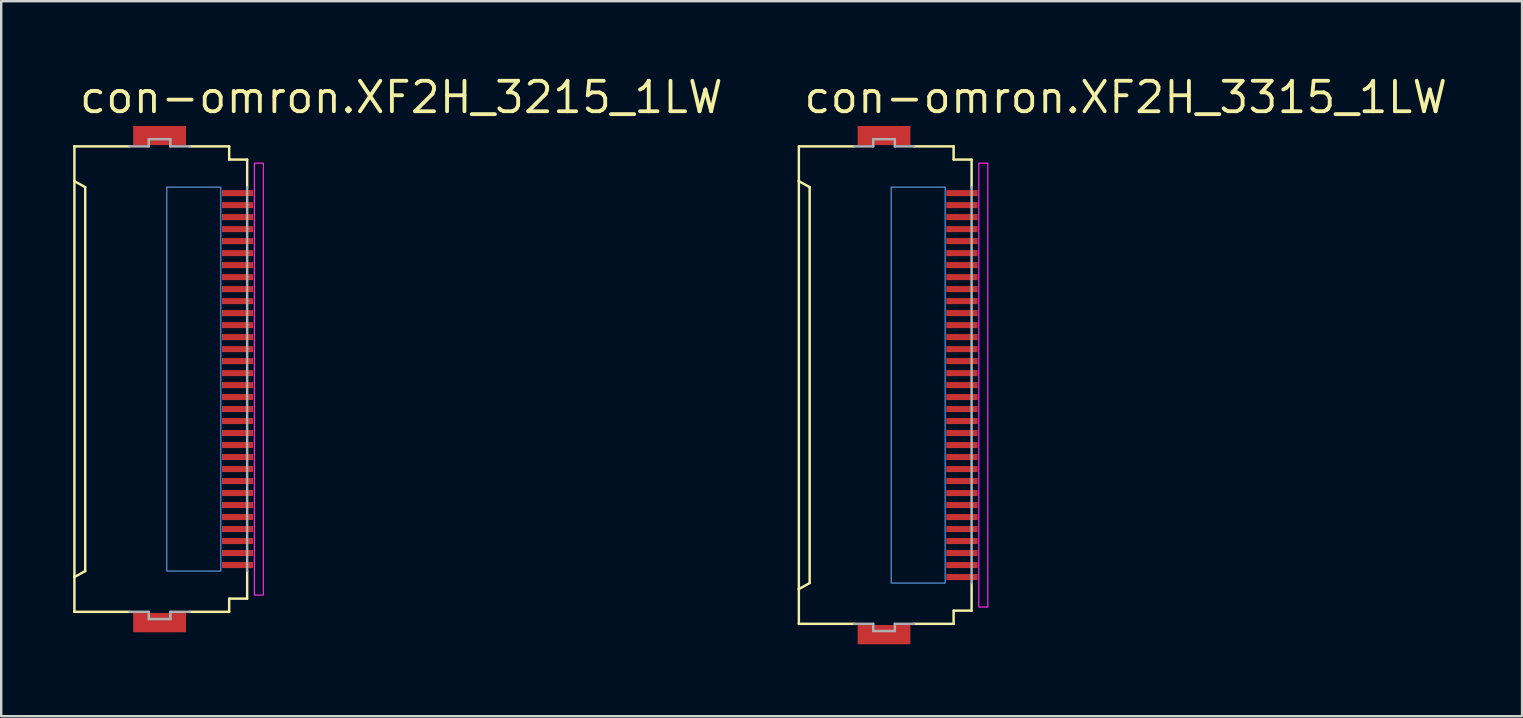
<source format=kicad_pcb>
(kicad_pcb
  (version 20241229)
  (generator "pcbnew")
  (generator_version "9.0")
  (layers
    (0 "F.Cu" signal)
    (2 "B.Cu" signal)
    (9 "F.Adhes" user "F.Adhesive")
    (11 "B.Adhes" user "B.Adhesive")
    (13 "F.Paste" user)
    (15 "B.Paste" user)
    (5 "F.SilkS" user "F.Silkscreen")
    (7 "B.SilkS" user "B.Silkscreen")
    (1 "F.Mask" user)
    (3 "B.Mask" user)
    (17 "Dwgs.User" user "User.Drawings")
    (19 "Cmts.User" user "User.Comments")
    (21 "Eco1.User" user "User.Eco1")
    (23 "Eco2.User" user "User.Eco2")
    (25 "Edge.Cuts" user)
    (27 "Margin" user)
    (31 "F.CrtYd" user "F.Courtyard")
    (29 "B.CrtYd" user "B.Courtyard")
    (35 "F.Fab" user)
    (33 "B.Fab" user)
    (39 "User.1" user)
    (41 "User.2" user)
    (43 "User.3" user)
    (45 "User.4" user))
  (footprint "con-omron.XF2H_3215_1LW"
    (layer "F.Cu")
    (at 3.676 12.75)
    (property "Reference" "con-omron.XF2H_3215_1LW" (at -3.5 -11 0) (layer "F.SilkS") (effects (font (size 1.27 1.27) (thickness 0.16)) (justify left bottom)))
    (attr smd)
    (fp_rect (start 2.475 -7.575) (end 3.875 -7.925) (stroke (width 0.05) (type default)) (fill yes) (layer "F.Mask"))
    (fp_rect (start 2.475 -7.075) (end 3.875 -7.425) (stroke (width 0.05) (type default)) (fill yes) (layer "F.Mask"))
    (fp_rect (start 2.475 -6.575) (end 3.875 -6.925) (stroke (width 0.05) (type default)) (fill yes) (layer "F.Mask"))
    (fp_rect (start 2.475 -6.075) (end 3.875 -6.425) (stroke (width 0.05) (type default)) (fill yes) (layer "F.Mask"))
    (fp_rect (start 2.475 -5.575) (end 3.875 -5.925) (stroke (width 0.05) (type default)) (fill yes) (layer "F.Mask"))
    (fp_rect (start 2.475 -5.075) (end 3.875 -5.425) (stroke (width 0.05) (type default)) (fill yes) (layer "F.Mask"))
    (fp_rect (start 2.475 -4.575) (end 3.875 -4.925) (stroke (width 0.05) (type default)) (fill yes) (layer "F.Mask"))
    (fp_rect (start 2.475 -4.075) (end 3.875 -4.425) (stroke (width 0.05) (type default)) (fill yes) (layer "F.Mask"))
    (fp_rect (start 2.475 -3.575) (end 3.875 -3.925) (stroke (width 0.05) (type default)) (fill yes) (layer "F.Mask"))
    (fp_rect (start 2.475 -3.075) (end 3.875 -3.425) (stroke (width 0.05) (type default)) (fill yes) (layer "F.Mask"))
    (fp_rect (start 2.475 -2.575) (end 3.875 -2.925) (stroke (width 0.05) (type default)) (fill yes) (layer "F.Mask"))
    (fp_rect (start 2.475 -2.075) (end 3.875 -2.425) (stroke (width 0.05) (type default)) (fill yes) (layer "F.Mask"))
    (fp_rect (start 2.475 -1.575) (end 3.875 -1.925) (stroke (width 0.05) (type default)) (fill yes) (layer "F.Mask"))
    (fp_rect (start 2.475 -1.075) (end 3.875 -1.425) (stroke (width 0.05) (type default)) (fill yes) (layer "F.Mask"))
    (fp_rect (start 2.475 -0.575) (end 3.875 -0.925) (stroke (width 0.05) (type default)) (fill yes) (layer "F.Mask"))
    (fp_rect (start 2.475 -0.075) (end 3.875 -0.425) (stroke (width 0.05) (type default)) (fill yes) (layer "F.Mask"))
    (fp_rect (start 2.475 0.425) (end 3.875 0.075) (stroke (width 0.05) (type default)) (fill yes) (layer "F.Mask"))
    (fp_rect (start 2.475 0.925) (end 3.875 0.575) (stroke (width 0.05) (type default)) (fill yes) (layer "F.Mask"))
    (fp_rect (start 2.475 1.425) (end 3.875 1.075) (stroke (width 0.05) (type default)) (fill yes) (layer "F.Mask"))
    (fp_rect (start 2.475 1.925) (end 3.875 1.575) (stroke (width 0.05) (type default)) (fill yes) (layer "F.Mask"))
    (fp_rect (start 2.475 2.425) (end 3.875 2.075) (stroke (width 0.05) (type default)) (fill yes) (layer "F.Mask"))
    (fp_rect (start 2.475 2.925) (end 3.875 2.575) (stroke (width 0.05) (type default)) (fill yes) (layer "F.Mask"))
    (fp_rect (start 2.475 3.425) (end 3.875 3.075) (stroke (width 0.05) (type default)) (fill yes) (layer "F.Mask"))
    (fp_rect (start 2.475 3.925) (end 3.875 3.575) (stroke (width 0.05) (type default)) (fill yes) (layer "F.Mask"))
    (fp_rect (start 2.475 4.425) (end 3.875 4.075) (stroke (width 0.05) (type default)) (fill yes) (layer "F.Mask"))
    (fp_rect (start 2.475 4.925) (end 3.875 4.575) (stroke (width 0.05) (type default)) (fill yes) (layer "F.Mask"))
    (fp_rect (start 2.475 5.425) (end 3.875 5.075) (stroke (width 0.05) (type default)) (fill yes) (layer "F.Mask"))
    (fp_rect (start 2.475 5.925) (end 3.875 5.575) (stroke (width 0.05) (type default)) (fill yes) (layer "F.Mask"))
    (fp_rect (start 2.475 6.425) (end 3.875 6.075) (stroke (width 0.05) (type default)) (fill yes) (layer "F.Mask"))
    (fp_rect (start 2.475 6.925) (end 3.875 6.575) (stroke (width 0.05) (type default)) (fill yes) (layer "F.Mask"))
    (fp_rect (start 2.475 7.425) (end 3.875 7.075) (stroke (width 0.05) (type default)) (fill yes) (layer "F.Mask"))
    (fp_rect (start 2.475 7.925) (end 3.875 7.575) (stroke (width 0.05) (type default)) (fill yes) (layer "F.Mask"))
    (fp_line (start -3.625 -9.7) (end -1.325 -9.7) (stroke (width 0.102) (type default)) (layer "F.SilkS"))
    (fp_line (start -3.625 -8.25) (end -3.625 -9.7) (stroke (width 0.102) (type default)) (layer "F.SilkS"))
    (fp_line (start -3.625 -8.25) (end -3.625 8.25) (stroke (width 0.102) (type default)) (layer "F.SilkS"))
    (fp_line (start -3.625 8.25) (end -3.175 8) (stroke (width 0.102) (type default)) (layer "F.SilkS"))
    (fp_line (start -3.625 9.7) (end -3.625 8.25) (stroke (width 0.102) (type default)) (layer "F.SilkS"))
    (fp_line (start -3.175 -8) (end -3.625 -8.25) (stroke (width 0.102) (type default)) (layer "F.SilkS"))
    (fp_line (start -3.175 8) (end -3.175 -8) (stroke (width 0.102) (type default)) (layer "F.SilkS"))
    (fp_line (start -1.325 9.7) (end -3.625 9.7) (stroke (width 0.102) (type default)) (layer "F.SilkS"))
    (fp_line (start 1.175 -9.7) (end 2.825 -9.7) (stroke (width 0.102) (type default)) (layer "F.SilkS"))
    (fp_line (start 1.175 9.7) (end 2.825 9.7) (stroke (width 0.102) (type default)) (layer "F.SilkS"))
    (fp_line (start 2.825 -9.7) (end 2.825 -9.15) (stroke (width 0.102) (type default)) (layer "F.SilkS"))
    (fp_line (start 2.825 -9.15) (end 3.575 -9.15) (stroke (width 0.102) (type default)) (layer "F.SilkS"))
    (fp_line (start 2.825 9.15) (end 2.825 9.7) (stroke (width 0.102) (type default)) (layer "F.SilkS"))
    (fp_line (start 2.825 9.15) (end 3.575 9.15) (stroke (width 0.102) (type default)) (layer "F.SilkS"))
    (fp_line (start 3.575 -9.15) (end 3.575 -8) (stroke (width 0.102) (type default)) (layer "F.SilkS"))
    (fp_line (start 3.575 8) (end 3.575 9.15) (stroke (width 0.102) (type default)) (layer "F.SilkS"))
    (fp_rect (start 0.225 8) (end 2.475 -8) (stroke (width 0.05) (type default)) (fill no) (layer "Cmts.User"))
    (fp_rect (start 3.875 9) (end 4.25 -9) (stroke (width 0.05) (type default)) (fill no) (layer "F.CrtYd"))
    (fp_line (start -1.325 -9.7) (end -0.525 -9.7) (stroke (width 0.102) (type default)) (layer "F.Fab"))
    (fp_line (start -0.525 -10) (end 0.375 -10) (stroke (width 0.102) (type default)) (layer "F.Fab"))
    (fp_line (start -0.525 -9.7) (end -0.525 -10) (stroke (width 0.102) (type default)) (layer "F.Fab"))
    (fp_line (start -0.525 9.7) (end -1.325 9.7) (stroke (width 0.102) (type default)) (layer "F.Fab"))
    (fp_line (start -0.525 10) (end -0.525 9.7) (stroke (width 0.102) (type default)) (layer "F.Fab"))
    (fp_line (start 0.375 -10) (end 0.375 -9.7) (stroke (width 0.102) (type default)) (layer "F.Fab"))
    (fp_line (start 0.375 -9.7) (end 1.175 -9.7) (stroke (width 0.102) (type default)) (layer "F.Fab"))
    (fp_line (start 0.375 9.7) (end 0.375 10) (stroke (width 0.102) (type default)) (layer "F.Fab"))
    (fp_line (start 0.375 10) (end -0.525 10) (stroke (width 0.102) (type default)) (layer "F.Fab"))
    (fp_line (start 1.175 9.7) (end 0.375 9.7) (stroke (width 0.102) (type default)) (layer "F.Fab"))
    (fp_line (start 3.575 -8) (end 3.575 8) (stroke (width 0.102) (type default)) (layer "F.Fab"))
    (pad "1" smd roundrect (at 3.175 -7.75) (size 1.3 0.25) (layers "F.Cu" "F.Mask" "F.Paste") (roundrect_rratio 0.01))
    (pad "2" smd roundrect (at 3.175 -7.25) (size 1.3 0.25) (layers "F.Cu" "F.Mask" "F.Paste") (roundrect_rratio 0.01))
    (pad "3" smd roundrect (at 3.175 -6.75) (size 1.3 0.25) (layers "F.Cu" "F.Mask" "F.Paste") (roundrect_rratio 0.01))
    (pad "4" smd roundrect (at 3.175 -6.25) (size 1.3 0.25) (layers "F.Cu" "F.Mask" "F.Paste") (roundrect_rratio 0.01))
    (pad "5" smd roundrect (at 3.175 -5.75) (size 1.3 0.25) (layers "F.Cu" "F.Mask" "F.Paste") (roundrect_rratio 0.01))
    (pad "6" smd roundrect (at 3.175 -5.25) (size 1.3 0.25) (layers "F.Cu" "F.Mask" "F.Paste") (roundrect_rratio 0.01))
    (pad "7" smd roundrect (at 3.175 -4.75) (size 1.3 0.25) (layers "F.Cu" "F.Mask" "F.Paste") (roundrect_rratio 0.01))
    (pad "8" smd roundrect (at 3.175 -4.25) (size 1.3 0.25) (layers "F.Cu" "F.Mask" "F.Paste") (roundrect_rratio 0.01))
    (pad "9" smd roundrect (at 3.175 -3.75) (size 1.3 0.25) (layers "F.Cu" "F.Mask" "F.Paste") (roundrect_rratio 0.01))
    (pad "10" smd roundrect (at 3.175 -3.25) (size 1.3 0.25) (layers "F.Cu" "F.Mask" "F.Paste") (roundrect_rratio 0.01))
    (pad "11" smd roundrect (at 3.175 -2.75) (size 1.3 0.25) (layers "F.Cu" "F.Mask" "F.Paste") (roundrect_rratio 0.01))
    (pad "12" smd roundrect (at 3.175 -2.25) (size 1.3 0.25) (layers "F.Cu" "F.Mask" "F.Paste") (roundrect_rratio 0.01))
    (pad "13" smd roundrect (at 3.175 -1.75) (size 1.3 0.25) (layers "F.Cu" "F.Mask" "F.Paste") (roundrect_rratio 0.01))
    (pad "14" smd roundrect (at 3.175 -1.25) (size 1.3 0.25) (layers "F.Cu" "F.Mask" "F.Paste") (roundrect_rratio 0.01))
    (pad "15" smd roundrect (at 3.175 -0.75) (size 1.3 0.25) (layers "F.Cu" "F.Mask" "F.Paste") (roundrect_rratio 0.01))
    (pad "16" smd roundrect (at 3.175 -0.25) (size 1.3 0.25) (layers "F.Cu" "F.Mask" "F.Paste") (roundrect_rratio 0.01))
    (pad "17" smd roundrect (at 3.175 0.25) (size 1.3 0.25) (layers "F.Cu" "F.Mask" "F.Paste") (roundrect_rratio 0.01))
    (pad "18" smd roundrect (at 3.175 0.75) (size 1.3 0.25) (layers "F.Cu" "F.Mask" "F.Paste") (roundrect_rratio 0.01))
    (pad "19" smd roundrect (at 3.175 1.25) (size 1.3 0.25) (layers "F.Cu" "F.Mask" "F.Paste") (roundrect_rratio 0.01))
    (pad "20" smd roundrect (at 3.175 1.75) (size 1.3 0.25) (layers "F.Cu" "F.Mask" "F.Paste") (roundrect_rratio 0.01))
    (pad "21" smd roundrect (at 3.175 2.25) (size 1.3 0.25) (layers "F.Cu" "F.Mask" "F.Paste") (roundrect_rratio 0.01))
    (pad "22" smd roundrect (at 3.175 2.75) (size 1.3 0.25) (layers "F.Cu" "F.Mask" "F.Paste") (roundrect_rratio 0.01))
    (pad "23" smd roundrect (at 3.175 3.25) (size 1.3 0.25) (layers "F.Cu" "F.Mask" "F.Paste") (roundrect_rratio 0.01))
    (pad "24" smd roundrect (at 3.175 3.75) (size 1.3 0.25) (layers "F.Cu" "F.Mask" "F.Paste") (roundrect_rratio 0.01))
    (pad "25" smd roundrect (at 3.175 4.25) (size 1.3 0.25) (layers "F.Cu" "F.Mask" "F.Paste") (roundrect_rratio 0.01))
    (pad "26" smd roundrect (at 3.175 4.75) (size 1.3 0.25) (layers "F.Cu" "F.Mask" "F.Paste") (roundrect_rratio 0.01))
    (pad "27" smd roundrect (at 3.175 5.25) (size 1.3 0.25) (layers "F.Cu" "F.Mask" "F.Paste") (roundrect_rratio 0.01))
    (pad "28" smd roundrect (at 3.175 5.75) (size 1.3 0.25) (layers "F.Cu" "F.Mask" "F.Paste") (roundrect_rratio 0.01))
    (pad "29" smd roundrect (at 3.175 6.25) (size 1.3 0.25) (layers "F.Cu" "F.Mask" "F.Paste") (roundrect_rratio 0.01))
    (pad "30" smd roundrect (at 3.175 6.75) (size 1.3 0.25) (layers "F.Cu" "F.Mask" "F.Paste") (roundrect_rratio 0.01))
    (pad "31" smd roundrect (at 3.175 7.25) (size 1.3 0.25) (layers "F.Cu" "F.Mask" "F.Paste") (roundrect_rratio 0.01))
    (pad "32" smd roundrect (at 3.175 7.75) (size 1.3 0.25) (layers "F.Cu" "F.Mask" "F.Paste") (roundrect_rratio 0.01))
    (pad "M1" smd roundrect (at -0.075 -10.15) (size 2.2 0.8) (layers "F.Cu" "F.Mask" "F.Paste") (roundrect_rratio 0.01))
    (pad "M2" smd roundrect (at -0.075 10.15) (size 2.2 0.8) (layers "F.Cu" "F.Mask" "F.Paste") (roundrect_rratio 0.01)))
  (footprint "con-omron.XF2H_3315_1LW"
    (layer "F.Cu")
    (at 33.869 13)
    (property "Reference" "con-omron.XF2H_3315_1LW" (at -3.5 -11.25 0) (layer "F.SilkS") (effects (font (size 1.27 1.27) (thickness 0.16)) (justify left bottom)))
    (attr smd)
    (fp_rect (start 2.475 -7.825) (end 3.875 -8.175) (stroke (width 0.05) (type default)) (fill yes) (layer "F.Mask"))
    (fp_rect (start 2.475 -7.325) (end 3.875 -7.675) (stroke (width 0.05) (type default)) (fill yes) (layer "F.Mask"))
    (fp_rect (start 2.475 -6.825) (end 3.875 -7.175) (stroke (width 0.05) (type default)) (fill yes) (layer "F.Mask"))
    (fp_rect (start 2.475 -6.325) (end 3.875 -6.675) (stroke (width 0.05) (type default)) (fill yes) (layer "F.Mask"))
    (fp_rect (start 2.475 -5.825) (end 3.875 -6.175) (stroke (width 0.05) (type default)) (fill yes) (layer "F.Mask"))
    (fp_rect (start 2.475 -5.325) (end 3.875 -5.675) (stroke (width 0.05) (type default)) (fill yes) (layer "F.Mask"))
    (fp_rect (start 2.475 -4.825) (end 3.875 -5.175) (stroke (width 0.05) (type default)) (fill yes) (layer "F.Mask"))
    (fp_rect (start 2.475 -4.325) (end 3.875 -4.675) (stroke (width 0.05) (type default)) (fill yes) (layer "F.Mask"))
    (fp_rect (start 2.475 -3.825) (end 3.875 -4.175) (stroke (width 0.05) (type default)) (fill yes) (layer "F.Mask"))
    (fp_rect (start 2.475 -3.325) (end 3.875 -3.675) (stroke (width 0.05) (type default)) (fill yes) (layer "F.Mask"))
    (fp_rect (start 2.475 -2.825) (end 3.875 -3.175) (stroke (width 0.05) (type default)) (fill yes) (layer "F.Mask"))
    (fp_rect (start 2.475 -2.325) (end 3.875 -2.675) (stroke (width 0.05) (type default)) (fill yes) (layer "F.Mask"))
    (fp_rect (start 2.475 -1.825) (end 3.875 -2.175) (stroke (width 0.05) (type default)) (fill yes) (layer "F.Mask"))
    (fp_rect (start 2.475 -1.325) (end 3.875 -1.675) (stroke (width 0.05) (type default)) (fill yes) (layer "F.Mask"))
    (fp_rect (start 2.475 -0.825) (end 3.875 -1.175) (stroke (width 0.05) (type default)) (fill yes) (layer "F.Mask"))
    (fp_rect (start 2.475 -0.325) (end 3.875 -0.675) (stroke (width 0.05) (type default)) (fill yes) (layer "F.Mask"))
    (fp_rect (start 2.475 0.175) (end 3.875 -0.175) (stroke (width 0.05) (type default)) (fill yes) (layer "F.Mask"))
    (fp_rect (start 2.475 0.675) (end 3.875 0.325) (stroke (width 0.05) (type default)) (fill yes) (layer "F.Mask"))
    (fp_rect (start 2.475 1.175) (end 3.875 0.825) (stroke (width 0.05) (type default)) (fill yes) (layer "F.Mask"))
    (fp_rect (start 2.475 1.675) (end 3.875 1.325) (stroke (width 0.05) (type default)) (fill yes) (layer "F.Mask"))
    (fp_rect (start 2.475 2.175) (end 3.875 1.825) (stroke (width 0.05) (type default)) (fill yes) (layer "F.Mask"))
    (fp_rect (start 2.475 2.675) (end 3.875 2.325) (stroke (width 0.05) (type default)) (fill yes) (layer "F.Mask"))
    (fp_rect (start 2.475 3.175) (end 3.875 2.825) (stroke (width 0.05) (type default)) (fill yes) (layer "F.Mask"))
    (fp_rect (start 2.475 3.675) (end 3.875 3.325) (stroke (width 0.05) (type default)) (fill yes) (layer "F.Mask"))
    (fp_rect (start 2.475 4.175) (end 3.875 3.825) (stroke (width 0.05) (type default)) (fill yes) (layer "F.Mask"))
    (fp_rect (start 2.475 4.675) (end 3.875 4.325) (stroke (width 0.05) (type default)) (fill yes) (layer "F.Mask"))
    (fp_rect (start 2.475 5.175) (end 3.875 4.825) (stroke (width 0.05) (type default)) (fill yes) (layer "F.Mask"))
    (fp_rect (start 2.475 5.675) (end 3.875 5.325) (stroke (width 0.05) (type default)) (fill yes) (layer "F.Mask"))
    (fp_rect (start 2.475 6.175) (end 3.875 5.825) (stroke (width 0.05) (type default)) (fill yes) (layer "F.Mask"))
    (fp_rect (start 2.475 6.675) (end 3.875 6.325) (stroke (width 0.05) (type default)) (fill yes) (layer "F.Mask"))
    (fp_rect (start 2.475 7.175) (end 3.875 6.825) (stroke (width 0.05) (type default)) (fill yes) (layer "F.Mask"))
    (fp_rect (start 2.475 7.675) (end 3.875 7.325) (stroke (width 0.05) (type default)) (fill yes) (layer "F.Mask"))
    (fp_rect (start 2.475 8.175) (end 3.875 7.825) (stroke (width 0.05) (type default)) (fill yes) (layer "F.Mask"))
    (fp_line (start -3.625 -9.95) (end -1.325 -9.95) (stroke (width 0.102) (type default)) (layer "F.SilkS"))
    (fp_line (start -3.625 -8.5) (end -3.625 -9.95) (stroke (width 0.102) (type default)) (layer "F.SilkS"))
    (fp_line (start -3.625 -8.5) (end -3.625 8.5) (stroke (width 0.102) (type default)) (layer "F.SilkS"))
    (fp_line (start -3.625 8.5) (end -3.175 8.25) (stroke (width 0.102) (type default)) (layer "F.SilkS"))
    (fp_line (start -3.625 9.95) (end -3.625 8.5) (stroke (width 0.102) (type default)) (layer "F.SilkS"))
    (fp_line (start -3.175 -8.25) (end -3.625 -8.5) (stroke (width 0.102) (type default)) (layer "F.SilkS"))
    (fp_line (start -3.175 8.25) (end -3.175 -8.25) (stroke (width 0.102) (type default)) (layer "F.SilkS"))
    (fp_line (start -1.325 9.95) (end -3.625 9.95) (stroke (width 0.102) (type default)) (layer "F.SilkS"))
    (fp_line (start 1.175 -9.95) (end 2.825 -9.95) (stroke (width 0.102) (type default)) (layer "F.SilkS"))
    (fp_line (start 1.175 9.95) (end 2.825 9.95) (stroke (width 0.102) (type default)) (layer "F.SilkS"))
    (fp_line (start 2.825 -9.95) (end 2.825 -9.4) (stroke (width 0.102) (type default)) (layer "F.SilkS"))
    (fp_line (start 2.825 -9.4) (end 3.575 -9.4) (stroke (width 0.102) (type default)) (layer "F.SilkS"))
    (fp_line (start 2.825 9.4) (end 2.825 9.95) (stroke (width 0.102) (type default)) (layer "F.SilkS"))
    (fp_line (start 2.825 9.4) (end 3.575 9.4) (stroke (width 0.102) (type default)) (layer "F.SilkS"))
    (fp_line (start 3.575 -9.4) (end 3.575 -8.25) (stroke (width 0.102) (type default)) (layer "F.SilkS"))
    (fp_line (start 3.575 8.25) (end 3.575 9.4) (stroke (width 0.102) (type default)) (layer "F.SilkS"))
    (fp_rect (start 0.225 8.25) (end 2.475 -8.25) (stroke (width 0.05) (type default)) (fill no) (layer "Cmts.User"))
    (fp_rect (start 3.875 9.25) (end 4.25 -9.25) (stroke (width 0.05) (type default)) (fill no) (layer "F.CrtYd"))
    (fp_line (start -1.325 -9.95) (end -0.525 -9.95) (stroke (width 0.102) (type default)) (layer "F.Fab"))
    (fp_line (start -0.525 -10.25) (end 0.375 -10.25) (stroke (width 0.102) (type default)) (layer "F.Fab"))
    (fp_line (start -0.525 -9.95) (end -0.525 -10.25) (stroke (width 0.102) (type default)) (layer "F.Fab"))
    (fp_line (start -0.525 9.95) (end -1.325 9.95) (stroke (width 0.102) (type default)) (layer "F.Fab"))
    (fp_line (start -0.525 10.25) (end -0.525 9.95) (stroke (width 0.102) (type default)) (layer "F.Fab"))
    (fp_line (start 0.375 -10.25) (end 0.375 -9.95) (stroke (width 0.102) (type default)) (layer "F.Fab"))
    (fp_line (start 0.375 -9.95) (end 1.175 -9.95) (stroke (width 0.102) (type default)) (layer "F.Fab"))
    (fp_line (start 0.375 9.95) (end 0.375 10.25) (stroke (width 0.102) (type default)) (layer "F.Fab"))
    (fp_line (start 0.375 10.25) (end -0.525 10.25) (stroke (width 0.102) (type default)) (layer "F.Fab"))
    (fp_line (start 1.175 9.95) (end 0.375 9.95) (stroke (width 0.102) (type default)) (layer "F.Fab"))
    (fp_line (start 3.575 -8.25) (end 3.575 8.25) (stroke (width 0.102) (type default)) (layer "F.Fab"))
    (pad "1" smd roundrect (at 3.175 -8) (size 1.3 0.25) (layers "F.Cu" "F.Mask" "F.Paste") (roundrect_rratio 0.01))
    (pad "2" smd roundrect (at 3.175 -7.5) (size 1.3 0.25) (layers "F.Cu" "F.Mask" "F.Paste") (roundrect_rratio 0.01))
    (pad "3" smd roundrect (at 3.175 -7) (size 1.3 0.25) (layers "F.Cu" "F.Mask" "F.Paste") (roundrect_rratio 0.01))
    (pad "4" smd roundrect (at 3.175 -6.5) (size 1.3 0.25) (layers "F.Cu" "F.Mask" "F.Paste") (roundrect_rratio 0.01))
    (pad "5" smd roundrect (at 3.175 -6) (size 1.3 0.25) (layers "F.Cu" "F.Mask" "F.Paste") (roundrect_rratio 0.01))
    (pad "6" smd roundrect (at 3.175 -5.5) (size 1.3 0.25) (layers "F.Cu" "F.Mask" "F.Paste") (roundrect_rratio 0.01))
    (pad "7" smd roundrect (at 3.175 -5) (size 1.3 0.25) (layers "F.Cu" "F.Mask" "F.Paste") (roundrect_rratio 0.01))
    (pad "8" smd roundrect (at 3.175 -4.5) (size 1.3 0.25) (layers "F.Cu" "F.Mask" "F.Paste") (roundrect_rratio 0.01))
    (pad "9" smd roundrect (at 3.175 -4) (size 1.3 0.25) (layers "F.Cu" "F.Mask" "F.Paste") (roundrect_rratio 0.01))
    (pad "10" smd roundrect (at 3.175 -3.5) (size 1.3 0.25) (layers "F.Cu" "F.Mask" "F.Paste") (roundrect_rratio 0.01))
    (pad "11" smd roundrect (at 3.175 -3) (size 1.3 0.25) (layers "F.Cu" "F.Mask" "F.Paste") (roundrect_rratio 0.01))
    (pad "12" smd roundrect (at 3.175 -2.5) (size 1.3 0.25) (layers "F.Cu" "F.Mask" "F.Paste") (roundrect_rratio 0.01))
    (pad "13" smd roundrect (at 3.175 -2) (size 1.3 0.25) (layers "F.Cu" "F.Mask" "F.Paste") (roundrect_rratio 0.01))
    (pad "14" smd roundrect (at 3.175 -1.5) (size 1.3 0.25) (layers "F.Cu" "F.Mask" "F.Paste") (roundrect_rratio 0.01))
    (pad "15" smd roundrect (at 3.175 -1) (size 1.3 0.25) (layers "F.Cu" "F.Mask" "F.Paste") (roundrect_rratio 0.01))
    (pad "16" smd roundrect (at 3.175 -0.5) (size 1.3 0.25) (layers "F.Cu" "F.Mask" "F.Paste") (roundrect_rratio 0.01))
    (pad "17" smd roundrect (at 3.175 0) (size 1.3 0.25) (layers "F.Cu" "F.Mask" "F.Paste") (roundrect_rratio 0.01))
    (pad "18" smd roundrect (at 3.175 0.5) (size 1.3 0.25) (layers "F.Cu" "F.Mask" "F.Paste") (roundrect_rratio 0.01))
    (pad "19" smd roundrect (at 3.175 1) (size 1.3 0.25) (layers "F.Cu" "F.Mask" "F.Paste") (roundrect_rratio 0.01))
    (pad "20" smd roundrect (at 3.175 1.5) (size 1.3 0.25) (layers "F.Cu" "F.Mask" "F.Paste") (roundrect_rratio 0.01))
    (pad "21" smd roundrect (at 3.175 2) (size 1.3 0.25) (layers "F.Cu" "F.Mask" "F.Paste") (roundrect_rratio 0.01))
    (pad "22" smd roundrect (at 3.175 2.5) (size 1.3 0.25) (layers "F.Cu" "F.Mask" "F.Paste") (roundrect_rratio 0.01))
    (pad "23" smd roundrect (at 3.175 3) (size 1.3 0.25) (layers "F.Cu" "F.Mask" "F.Paste") (roundrect_rratio 0.01))
    (pad "24" smd roundrect (at 3.175 3.5) (size 1.3 0.25) (layers "F.Cu" "F.Mask" "F.Paste") (roundrect_rratio 0.01))
    (pad "25" smd roundrect (at 3.175 4) (size 1.3 0.25) (layers "F.Cu" "F.Mask" "F.Paste") (roundrect_rratio 0.01))
    (pad "26" smd roundrect (at 3.175 4.5) (size 1.3 0.25) (layers "F.Cu" "F.Mask" "F.Paste") (roundrect_rratio 0.01))
    (pad "27" smd roundrect (at 3.175 5) (size 1.3 0.25) (layers "F.Cu" "F.Mask" "F.Paste") (roundrect_rratio 0.01))
    (pad "28" smd roundrect (at 3.175 5.5) (size 1.3 0.25) (layers "F.Cu" "F.Mask" "F.Paste") (roundrect_rratio 0.01))
    (pad "29" smd roundrect (at 3.175 6) (size 1.3 0.25) (layers "F.Cu" "F.Mask" "F.Paste") (roundrect_rratio 0.01))
    (pad "30" smd roundrect (at 3.175 6.5) (size 1.3 0.25) (layers "F.Cu" "F.Mask" "F.Paste") (roundrect_rratio 0.01))
    (pad "31" smd roundrect (at 3.175 7) (size 1.3 0.25) (layers "F.Cu" "F.Mask" "F.Paste") (roundrect_rratio 0.01))
    (pad "32" smd roundrect (at 3.175 7.5) (size 1.3 0.25) (layers "F.Cu" "F.Mask" "F.Paste") (roundrect_rratio 0.01))
    (pad "33" smd roundrect (at 3.175 8) (size 1.3 0.25) (layers "F.Cu" "F.Mask" "F.Paste") (roundrect_rratio 0.01))
    (pad "M1" smd roundrect (at -0.075 -10.4) (size 2.2 0.8) (layers "F.Cu" "F.Mask" "F.Paste") (roundrect_rratio 0.01))
    (pad "M2" smd roundrect (at -0.075 10.4) (size 2.2 0.8) (layers "F.Cu" "F.Mask" "F.Paste") (roundrect_rratio 0.01)))
  (gr_rect
    (start -3 -3)
    (end 60.386 26.8)
    (stroke (width 0.1) (type default))
    (fill no)
    (layer "Edge.Cuts")))
</source>
